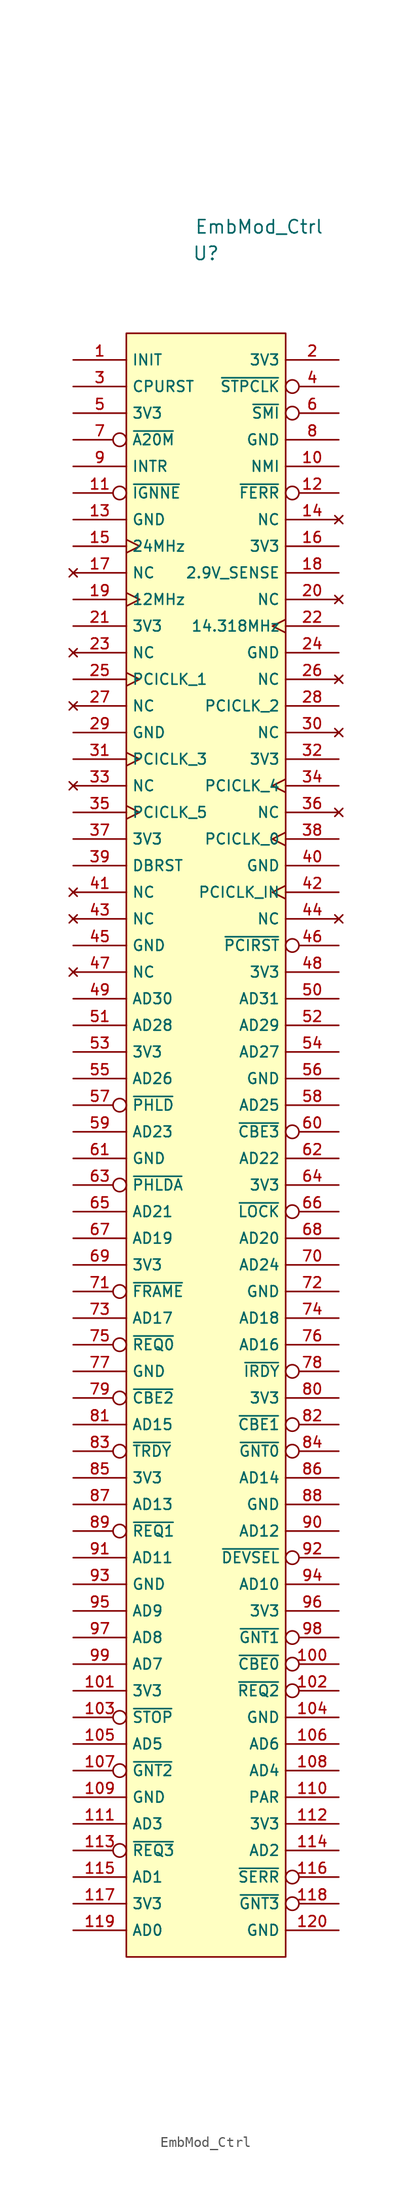
<source format=kicad_sym>
(kicad_symbol_lib
  (version 20211014)
  (generator kicad_symbol_editor)
  (symbol "EmbMod_Ctrl"
    (property "Reference" "U"
      (at 0 83.82 0)
      (effects (font (size 1.27 1.27))))
    (property "Value" "EmbMod_Ctrl"
      (at 5.08 86.36 0)
      (effects (font (size 1.27 1.27))))
    (symbol "EmbMod_Ctrl_0_0"
      (rectangle (start -7.62 -78.74) (end 7.62 76.2) (stroke (width 0.152) (type default) (color 0 0 0 0)) (fill (type background)))
      (pin input line (at -12.7 73.66 0) (length 5.08) (name "INIT" (effects (font (size 1.016 1.016)))) (number "1" (effects (font (size 1.016 1.016)))))
      (pin input line (at 12.7 63.5 180) (length 5.08) (name "NMI" (effects (font (size 1.016 1.016)))) (number "10" (effects (font (size 1.016 1.016)))))
      (pin bidirectional inverted (at 12.7 -50.8 180) (length 5.08) (name "~{CBE0}" (effects (font (size 1.016 1.016)))) (number "100" (effects (font (size 1.016 1.016)))))
      (pin power_in line (at -12.7 -53.34 0) (length 5.08) (name "3V3" (effects (font (size 1.016 1.016)))) (number "101" (effects (font (size 1.016 1.016)))))
      (pin input inverted (at 12.7 -53.34 180) (length 5.08) (name "~{REQ2}" (effects (font (size 1.016 1.016)))) (number "102" (effects (font (size 1.016 1.016)))))
      (pin bidirectional inverted (at -12.7 -55.88 0) (length 5.08) (name "~{STOP}" (effects (font (size 1.016 1.016)))) (number "103" (effects (font (size 1.016 1.016)))))
      (pin power_in line (at 12.7 -55.88 180) (length 5.08) (name "GND" (effects (font (size 1.016 1.016)))) (number "104" (effects (font (size 1.016 1.016)))))
      (pin bidirectional line (at -12.7 -58.42 0) (length 5.08) (name "AD5" (effects (font (size 1.016 1.016)))) (number "105" (effects (font (size 1.016 1.016)))))
      (pin bidirectional line (at 12.7 -58.42 180) (length 5.08) (name "AD6" (effects (font (size 1.016 1.016)))) (number "106" (effects (font (size 1.016 1.016)))))
      (pin output inverted (at -12.7 -60.96 0) (length 5.08) (name "~{GNT2}" (effects (font (size 1.016 1.016)))) (number "107" (effects (font (size 1.016 1.016)))))
      (pin bidirectional line (at 12.7 -60.96 180) (length 5.08) (name "AD4" (effects (font (size 1.016 1.016)))) (number "108" (effects (font (size 1.016 1.016)))))
      (pin power_in line (at -12.7 -63.5 0) (length 5.08) (name "GND" (effects (font (size 1.016 1.016)))) (number "109" (effects (font (size 1.016 1.016)))))
      (pin input inverted (at -12.7 60.96 0) (length 5.08) (name "~{IGNNE}" (effects (font (size 1.016 1.016)))) (number "11" (effects (font (size 1.016 1.016)))))
      (pin bidirectional line (at 12.7 -63.5 180) (length 5.08) (name "PAR" (effects (font (size 1.016 1.016)))) (number "110" (effects (font (size 1.016 1.016)))))
      (pin bidirectional line (at -12.7 -66.04 0) (length 5.08) (name "AD3" (effects (font (size 1.016 1.016)))) (number "111" (effects (font (size 1.016 1.016)))))
      (pin power_in line (at 12.7 -66.04 180) (length 5.08) (name "3V3" (effects (font (size 1.016 1.016)))) (number "112" (effects (font (size 1.016 1.016)))))
      (pin input inverted (at -12.7 -68.58 0) (length 5.08) (name "~{REQ3}" (effects (font (size 1.016 1.016)))) (number "113" (effects (font (size 1.016 1.016)))))
      (pin bidirectional line (at 12.7 -68.58 180) (length 5.08) (name "AD2" (effects (font (size 1.016 1.016)))) (number "114" (effects (font (size 1.016 1.016)))))
      (pin bidirectional line (at -12.7 -71.12 0) (length 5.08) (name "AD1" (effects (font (size 1.016 1.016)))) (number "115" (effects (font (size 1.016 1.016)))))
      (pin output inverted (at 12.7 -71.12 180) (length 5.08) (name "~{SERR}" (effects (font (size 1.016 1.016)))) (number "116" (effects (font (size 1.016 1.016)))))
      (pin power_in line (at -12.7 -73.66 0) (length 5.08) (name "3V3" (effects (font (size 1.016 1.016)))) (number "117" (effects (font (size 1.016 1.016)))))
      (pin output inverted (at 12.7 -73.66 180) (length 5.08) (name "~{GNT3}" (effects (font (size 1.016 1.016)))) (number "118" (effects (font (size 1.016 1.016)))))
      (pin bidirectional line (at -12.7 -76.2 0) (length 5.08) (name "AD0" (effects (font (size 1.016 1.016)))) (number "119" (effects (font (size 1.016 1.016)))))
      (pin output inverted (at 12.7 60.96 180) (length 5.08) (name "~{FERR}" (effects (font (size 1.016 1.016)))) (number "12" (effects (font (size 1.016 1.016)))))
      (pin power_in line (at 12.7 -76.2 180) (length 5.08) (name "GND" (effects (font (size 1.016 1.016)))) (number "120" (effects (font (size 1.016 1.016)))))
      (pin power_in line (at -12.7 58.42 0) (length 5.08) (name "GND" (effects (font (size 1.016 1.016)))) (number "13" (effects (font (size 1.016 1.016)))))
      (pin no_connect line (at 12.7 58.42 180) (length 5.08) (name "NC" (effects (font (size 1.016 1.016)))) (number "14" (effects (font (size 1.016 1.016)))))
      (pin output clock (at -12.7 55.88 0) (length 5.08) (name "24MHz" (effects (font (size 1.016 1.016)))) (number "15" (effects (font (size 1.016 1.016)))))
      (pin power_in line (at 12.7 55.88 180) (length 5.08) (name "3V3" (effects (font (size 1.016 1.016)))) (number "16" (effects (font (size 1.016 1.016)))))
      (pin no_connect line (at -12.7 53.34 0) (length 5.08) (name "NC" (effects (font (size 1.016 1.016)))) (number "17" (effects (font (size 1.016 1.016)))))
      (pin power_out line (at 12.7 53.34 180) (length 5.08) (name "2.9V_SENSE" (effects (font (size 1.016 1.016)))) (number "18" (effects (font (size 1.016 1.016)))))
      (pin output clock (at -12.7 50.8 0) (length 5.08) (name "12MHz" (effects (font (size 1.016 1.016)))) (number "19" (effects (font (size 1.016 1.016)))))
      (pin power_in line (at 12.7 73.66 180) (length 5.08) (name "3V3" (effects (font (size 1.016 1.016)))) (number "2" (effects (font (size 1.016 1.016)))))
      (pin no_connect line (at 12.7 50.8 180) (length 5.08) (name "NC" (effects (font (size 1.016 1.016)))) (number "20" (effects (font (size 1.016 1.016)))))
      (pin power_in line (at -12.7 48.26 0) (length 5.08) (name "3V3" (effects (font (size 1.016 1.016)))) (number "21" (effects (font (size 1.016 1.016)))))
      (pin output clock (at 12.7 48.26 180) (length 5.08) (name "14.318MHz" (effects (font (size 1.016 1.016)))) (number "22" (effects (font (size 1.016 1.016)))))
      (pin no_connect line (at -12.7 45.72 0) (length 5.08) (name "NC" (effects (font (size 1.016 1.016)))) (number "23" (effects (font (size 1.016 1.016)))))
      (pin power_in line (at 12.7 45.72 180) (length 5.08) (name "GND" (effects (font (size 1.016 1.016)))) (number "24" (effects (font (size 1.016 1.016)))))
      (pin output clock (at -12.7 43.18 0) (length 5.08) (name "PCICLK_1" (effects (font (size 1.016 1.016)))) (number "25" (effects (font (size 1.016 1.016)))))
      (pin no_connect line (at 12.7 43.18 180) (length 5.08) (name "NC" (effects (font (size 1.016 1.016)))) (number "26" (effects (font (size 1.016 1.016)))))
      (pin no_connect line (at -12.7 40.64 0) (length 5.08) (name "NC" (effects (font (size 1.016 1.016)))) (number "27" (effects (font (size 1.016 1.016)))))
      (pin output line (at 12.7 40.64 180) (length 5.08) (name "PCICLK_2" (effects (font (size 1.016 1.016)))) (number "28" (effects (font (size 1.016 1.016)))))
      (pin power_in line (at -12.7 38.1 0) (length 5.08) (name "GND" (effects (font (size 1.016 1.016)))) (number "29" (effects (font (size 1.016 1.016)))))
      (pin input line (at -12.7 71.12 0) (length 5.08) (name "CPURST" (effects (font (size 1.016 1.016)))) (number "3" (effects (font (size 1.016 1.016)))))
      (pin no_connect line (at 12.7 38.1 180) (length 5.08) (name "NC" (effects (font (size 1.016 1.016)))) (number "30" (effects (font (size 1.016 1.016)))))
      (pin output clock (at -12.7 35.56 0) (length 5.08) (name "PCICLK_3" (effects (font (size 1.016 1.016)))) (number "31" (effects (font (size 1.016 1.016)))))
      (pin power_in line (at 12.7 35.56 180) (length 5.08) (name "3V3" (effects (font (size 1.016 1.016)))) (number "32" (effects (font (size 1.016 1.016)))))
      (pin no_connect line (at -12.7 33.02 0) (length 5.08) (name "NC" (effects (font (size 1.016 1.016)))) (number "33" (effects (font (size 1.016 1.016)))))
      (pin output clock (at 12.7 33.02 180) (length 5.08) (name "PCICLK_4" (effects (font (size 1.016 1.016)))) (number "34" (effects (font (size 1.016 1.016)))))
      (pin output clock (at -12.7 30.48 0) (length 5.08) (name "PCICLK_5" (effects (font (size 1.016 1.016)))) (number "35" (effects (font (size 1.016 1.016)))))
      (pin no_connect line (at 12.7 30.48 180) (length 5.08) (name "NC" (effects (font (size 1.016 1.016)))) (number "36" (effects (font (size 1.016 1.016)))))
      (pin power_in line (at -12.7 27.94 0) (length 5.08) (name "3V3" (effects (font (size 1.016 1.016)))) (number "37" (effects (font (size 1.016 1.016)))))
      (pin output clock (at 12.7 27.94 180) (length 5.08) (name "PCICLK_0" (effects (font (size 1.016 1.016)))) (number "38" (effects (font (size 1.016 1.016)))))
      (pin output line (at -12.7 25.4 0) (length 5.08) (name "DBRST" (effects (font (size 1.016 1.016)))) (number "39" (effects (font (size 1.016 1.016)))))
      (pin input inverted (at 12.7 71.12 180) (length 5.08) (name "~{STPCLK}" (effects (font (size 1.016 1.016)))) (number "4" (effects (font (size 1.016 1.016)))))
      (pin power_in line (at 12.7 25.4 180) (length 5.08) (name "GND" (effects (font (size 1.016 1.016)))) (number "40" (effects (font (size 1.016 1.016)))))
      (pin no_connect line (at -12.7 22.86 0) (length 5.08) (name "NC" (effects (font (size 1.016 1.016)))) (number "41" (effects (font (size 1.016 1.016)))))
      (pin input clock (at 12.7 22.86 180) (length 5.08) (name "PCICLK_IN" (effects (font (size 1.016 1.016)))) (number "42" (effects (font (size 1.016 1.016)))))
      (pin no_connect line (at -12.7 20.32 0) (length 5.08) (name "NC" (effects (font (size 1.016 1.016)))) (number "43" (effects (font (size 1.016 1.016)))))
      (pin no_connect line (at 12.7 20.32 180) (length 5.08) (name "NC" (effects (font (size 1.016 1.016)))) (number "44" (effects (font (size 1.016 1.016)))))
      (pin power_in line (at -12.7 17.78 0) (length 5.08) (name "GND" (effects (font (size 1.016 1.016)))) (number "45" (effects (font (size 1.016 1.016)))))
      (pin input inverted (at 12.7 17.78 180) (length 5.08) (name "~{PCIRST}" (effects (font (size 1.016 1.016)))) (number "46" (effects (font (size 1.016 1.016)))))
      (pin no_connect line (at -12.7 15.24 0) (length 5.08) (name "NC" (effects (font (size 1.016 1.016)))) (number "47" (effects (font (size 1.016 1.016)))))
      (pin power_in line (at 12.7 15.24 180) (length 5.08) (name "3V3" (effects (font (size 1.016 1.016)))) (number "48" (effects (font (size 1.016 1.016)))))
      (pin bidirectional line (at -12.7 12.7 0) (length 5.08) (name "AD30" (effects (font (size 1.016 1.016)))) (number "49" (effects (font (size 1.016 1.016)))))
      (pin power_in line (at -12.7 68.58 0) (length 5.08) (name "3V3" (effects (font (size 1.016 1.016)))) (number "5" (effects (font (size 1.016 1.016)))))
      (pin bidirectional line (at 12.7 12.7 180) (length 5.08) (name "AD31" (effects (font (size 1.016 1.016)))) (number "50" (effects (font (size 1.016 1.016)))))
      (pin bidirectional line (at -12.7 10.16 0) (length 5.08) (name "AD28" (effects (font (size 1.016 1.016)))) (number "51" (effects (font (size 1.016 1.016)))))
      (pin bidirectional line (at 12.7 10.16 180) (length 5.08) (name "AD29" (effects (font (size 1.016 1.016)))) (number "52" (effects (font (size 1.016 1.016)))))
      (pin power_in line (at -12.7 7.62 0) (length 5.08) (name "3V3" (effects (font (size 1.016 1.016)))) (number "53" (effects (font (size 1.016 1.016)))))
      (pin bidirectional line (at 12.7 7.62 180) (length 5.08) (name "AD27" (effects (font (size 1.016 1.016)))) (number "54" (effects (font (size 1.016 1.016)))))
      (pin bidirectional line (at -12.7 5.08 0) (length 5.08) (name "AD26" (effects (font (size 1.016 1.016)))) (number "55" (effects (font (size 1.016 1.016)))))
      (pin power_in line (at 12.7 5.08 180) (length 5.08) (name "GND" (effects (font (size 1.016 1.016)))) (number "56" (effects (font (size 1.016 1.016)))))
      (pin input inverted (at -12.7 2.54 0) (length 5.08) (name "~{PHLD}" (effects (font (size 1.016 1.016)))) (number "57" (effects (font (size 1.016 1.016)))))
      (pin power_in line (at 12.7 2.54 180) (length 5.08) (name "AD25" (effects (font (size 1.016 1.016)))) (number "58" (effects (font (size 1.016 1.016)))))
      (pin bidirectional line (at -12.7 0 0) (length 5.08) (name "AD23" (effects (font (size 1.016 1.016)))) (number "59" (effects (font (size 1.016 1.016)))))
      (pin input inverted (at 12.7 68.58 180) (length 5.08) (name "~{SMI}" (effects (font (size 1.016 1.016)))) (number "6" (effects (font (size 1.016 1.016)))))
      (pin bidirectional inverted (at 12.7 0 180) (length 5.08) (name "~{CBE3}" (effects (font (size 1.016 1.016)))) (number "60" (effects (font (size 1.016 1.016)))))
      (pin power_in line (at -12.7 -2.54 0) (length 5.08) (name "GND" (effects (font (size 1.016 1.016)))) (number "61" (effects (font (size 1.016 1.016)))))
      (pin bidirectional line (at 12.7 -2.54 180) (length 5.08) (name "AD22" (effects (font (size 1.016 1.016)))) (number "62" (effects (font (size 1.016 1.016)))))
      (pin output inverted (at -12.7 -5.08 0) (length 5.08) (name "~{PHLDA}" (effects (font (size 1.016 1.016)))) (number "63" (effects (font (size 1.016 1.016)))))
      (pin power_in line (at 12.7 -5.08 180) (length 5.08) (name "3V3" (effects (font (size 1.016 1.016)))) (number "64" (effects (font (size 1.016 1.016)))))
      (pin bidirectional line (at -12.7 -7.62 0) (length 5.08) (name "AD21" (effects (font (size 1.016 1.016)))) (number "65" (effects (font (size 1.016 1.016)))))
      (pin bidirectional inverted (at 12.7 -7.62 180) (length 5.08) (name "~{LOCK}" (effects (font (size 1.016 1.016)))) (number "66" (effects (font (size 1.016 1.016)))))
      (pin bidirectional line (at -12.7 -10.16 0) (length 5.08) (name "AD19" (effects (font (size 1.016 1.016)))) (number "67" (effects (font (size 1.016 1.016)))))
      (pin bidirectional line (at 12.7 -10.16 180) (length 5.08) (name "AD20" (effects (font (size 1.016 1.016)))) (number "68" (effects (font (size 1.016 1.016)))))
      (pin power_in line (at -12.7 -12.7 0) (length 5.08) (name "3V3" (effects (font (size 1.016 1.016)))) (number "69" (effects (font (size 1.016 1.016)))))
      (pin input inverted (at -12.7 66.04 0) (length 5.08) (name "~{A20M}" (effects (font (size 1.016 1.016)))) (number "7" (effects (font (size 1.016 1.016)))))
      (pin bidirectional line (at 12.7 -12.7 180) (length 5.08) (name "AD24" (effects (font (size 1.016 1.016)))) (number "70" (effects (font (size 1.016 1.016)))))
      (pin bidirectional inverted (at -12.7 -15.24 0) (length 5.08) (name "~{FRAME}" (effects (font (size 1.016 1.016)))) (number "71" (effects (font (size 1.016 1.016)))))
      (pin power_in line (at 12.7 -15.24 180) (length 5.08) (name "GND" (effects (font (size 1.016 1.016)))) (number "72" (effects (font (size 1.016 1.016)))))
      (pin bidirectional line (at -12.7 -17.78 0) (length 5.08) (name "AD17" (effects (font (size 1.016 1.016)))) (number "73" (effects (font (size 1.016 1.016)))))
      (pin bidirectional line (at 12.7 -17.78 180) (length 5.08) (name "AD18" (effects (font (size 1.016 1.016)))) (number "74" (effects (font (size 1.016 1.016)))))
      (pin input inverted (at -12.7 -20.32 0) (length 5.08) (name "~{REQ0}" (effects (font (size 1.016 1.016)))) (number "75" (effects (font (size 1.016 1.016)))))
      (pin bidirectional line (at 12.7 -20.32 180) (length 5.08) (name "AD16" (effects (font (size 1.016 1.016)))) (number "76" (effects (font (size 1.016 1.016)))))
      (pin power_in line (at -12.7 -22.86 0) (length 5.08) (name "GND" (effects (font (size 1.016 1.016)))) (number "77" (effects (font (size 1.016 1.016)))))
      (pin bidirectional inverted (at 12.7 -22.86 180) (length 5.08) (name "~{IRDY}" (effects (font (size 1.016 1.016)))) (number "78" (effects (font (size 1.016 1.016)))))
      (pin bidirectional inverted (at -12.7 -25.4 0) (length 5.08) (name "~{CBE2}" (effects (font (size 1.016 1.016)))) (number "79" (effects (font (size 1.016 1.016)))))
      (pin power_in line (at 12.7 66.04 180) (length 5.08) (name "GND" (effects (font (size 1.016 1.016)))) (number "8" (effects (font (size 1.016 1.016)))))
      (pin power_in line (at 12.7 -25.4 180) (length 5.08) (name "3V3" (effects (font (size 1.016 1.016)))) (number "80" (effects (font (size 1.016 1.016)))))
      (pin bidirectional line (at -12.7 -27.94 0) (length 5.08) (name "AD15" (effects (font (size 1.016 1.016)))) (number "81" (effects (font (size 1.016 1.016)))))
      (pin bidirectional inverted (at 12.7 -27.94 180) (length 5.08) (name "~{CBE1}" (effects (font (size 1.016 1.016)))) (number "82" (effects (font (size 1.016 1.016)))))
      (pin bidirectional inverted (at -12.7 -30.48 0) (length 5.08) (name "~{TRDY}" (effects (font (size 1.016 1.016)))) (number "83" (effects (font (size 1.016 1.016)))))
      (pin output inverted (at 12.7 -30.48 180) (length 5.08) (name "~{GNT0}" (effects (font (size 1.016 1.016)))) (number "84" (effects (font (size 1.016 1.016)))))
      (pin power_in line (at -12.7 -33.02 0) (length 5.08) (name "3V3" (effects (font (size 1.016 1.016)))) (number "85" (effects (font (size 1.016 1.016)))))
      (pin bidirectional line (at 12.7 -33.02 180) (length 5.08) (name "AD14" (effects (font (size 1.016 1.016)))) (number "86" (effects (font (size 1.016 1.016)))))
      (pin bidirectional line (at -12.7 -35.56 0) (length 5.08) (name "AD13" (effects (font (size 1.016 1.016)))) (number "87" (effects (font (size 1.016 1.016)))))
      (pin power_in line (at 12.7 -35.56 180) (length 5.08) (name "GND" (effects (font (size 1.016 1.016)))) (number "88" (effects (font (size 1.016 1.016)))))
      (pin input inverted (at -12.7 -38.1 0) (length 5.08) (name "~{REQ1}" (effects (font (size 1.016 1.016)))) (number "89" (effects (font (size 1.016 1.016)))))
      (pin input line (at -12.7 63.5 0) (length 5.08) (name "INTR" (effects (font (size 1.016 1.016)))) (number "9" (effects (font (size 1.016 1.016)))))
      (pin bidirectional line (at 12.7 -38.1 180) (length 5.08) (name "AD12" (effects (font (size 1.016 1.016)))) (number "90" (effects (font (size 1.016 1.016)))))
      (pin bidirectional line (at -12.7 -40.64 0) (length 5.08) (name "AD11" (effects (font (size 1.016 1.016)))) (number "91" (effects (font (size 1.016 1.016)))))
      (pin bidirectional inverted (at 12.7 -40.64 180) (length 5.08) (name "~{DEVSEL}" (effects (font (size 1.016 1.016)))) (number "92" (effects (font (size 1.016 1.016)))))
      (pin power_in line (at -12.7 -43.18 0) (length 5.08) (name "GND" (effects (font (size 1.016 1.016)))) (number "93" (effects (font (size 1.016 1.016)))))
      (pin bidirectional line (at 12.7 -43.18 180) (length 5.08) (name "AD10" (effects (font (size 1.016 1.016)))) (number "94" (effects (font (size 1.016 1.016)))))
      (pin bidirectional line (at -12.7 -45.72 0) (length 5.08) (name "AD9" (effects (font (size 1.016 1.016)))) (number "95" (effects (font (size 1.016 1.016)))))
      (pin power_in line (at 12.7 -45.72 180) (length 5.08) (name "3V3" (effects (font (size 1.016 1.016)))) (number "96" (effects (font (size 1.016 1.016)))))
      (pin bidirectional line (at -12.7 -48.26 0) (length 5.08) (name "AD8" (effects (font (size 1.016 1.016)))) (number "97" (effects (font (size 1.016 1.016)))))
      (pin output inverted (at 12.7 -48.26 180) (length 5.08) (name "~{GNT1}" (effects (font (size 1.016 1.016)))) (number "98" (effects (font (size 1.016 1.016)))))
      (pin bidirectional line (at -12.7 -50.8 0) (length 5.08) (name "AD7" (effects (font (size 1.016 1.016)))) (number "99" (effects (font (size 1.016 1.016))))))))
</source>
